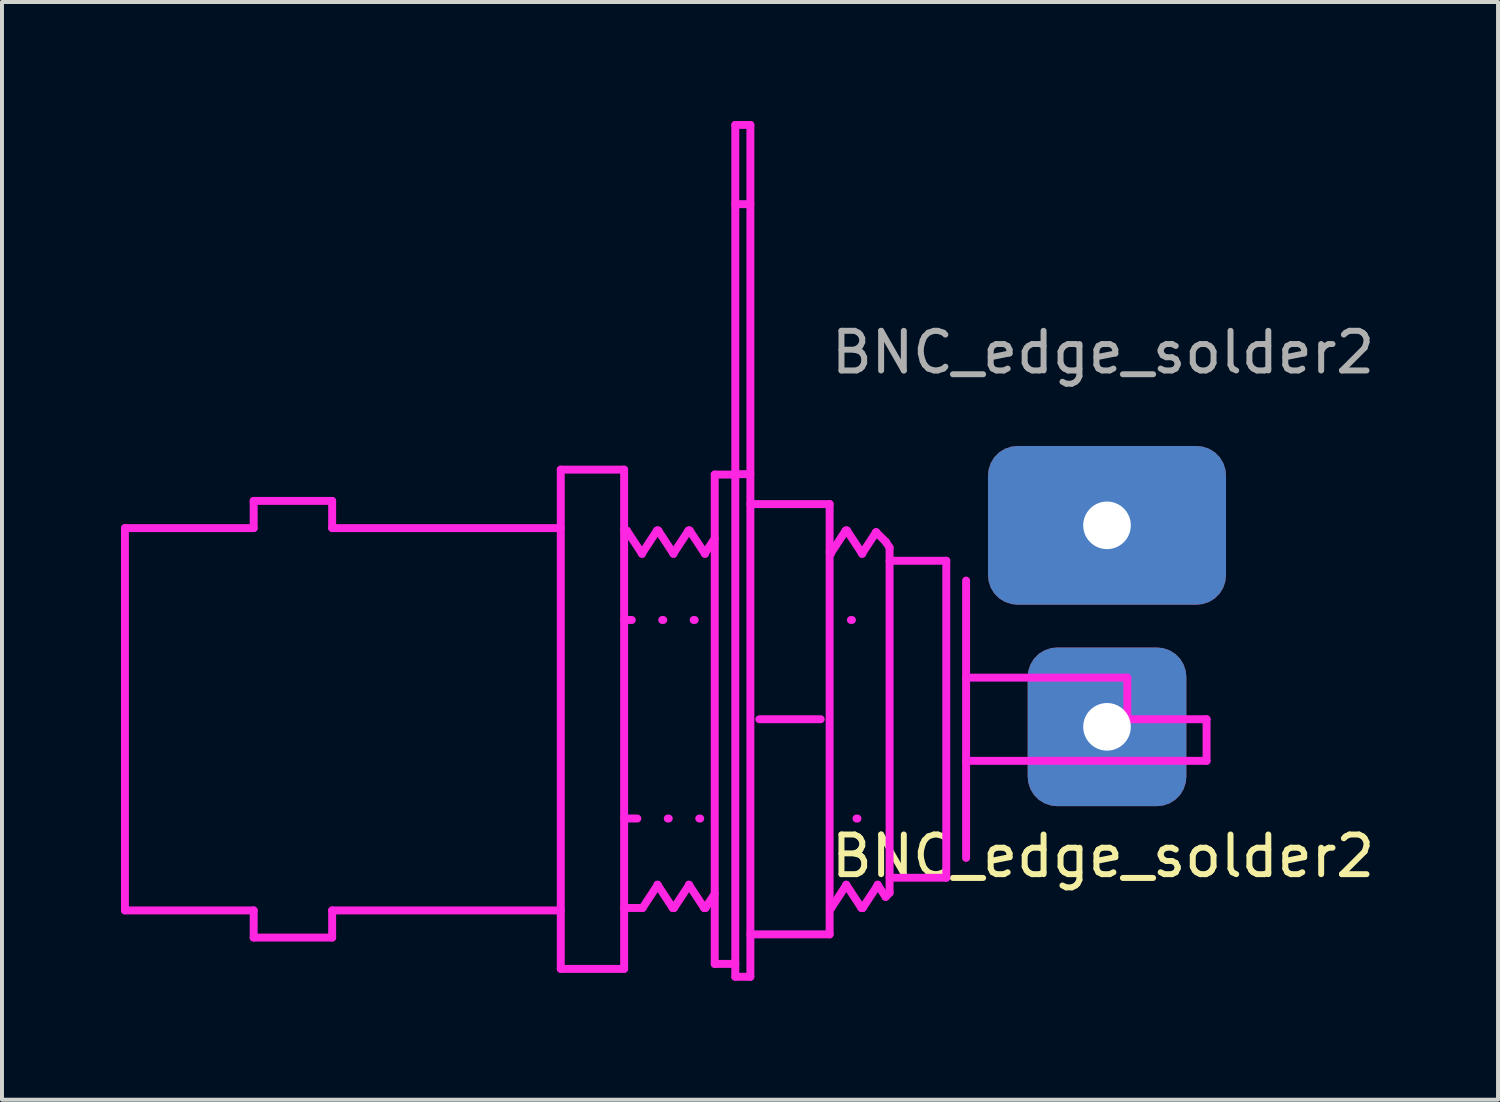
<source format=kicad_pcb>
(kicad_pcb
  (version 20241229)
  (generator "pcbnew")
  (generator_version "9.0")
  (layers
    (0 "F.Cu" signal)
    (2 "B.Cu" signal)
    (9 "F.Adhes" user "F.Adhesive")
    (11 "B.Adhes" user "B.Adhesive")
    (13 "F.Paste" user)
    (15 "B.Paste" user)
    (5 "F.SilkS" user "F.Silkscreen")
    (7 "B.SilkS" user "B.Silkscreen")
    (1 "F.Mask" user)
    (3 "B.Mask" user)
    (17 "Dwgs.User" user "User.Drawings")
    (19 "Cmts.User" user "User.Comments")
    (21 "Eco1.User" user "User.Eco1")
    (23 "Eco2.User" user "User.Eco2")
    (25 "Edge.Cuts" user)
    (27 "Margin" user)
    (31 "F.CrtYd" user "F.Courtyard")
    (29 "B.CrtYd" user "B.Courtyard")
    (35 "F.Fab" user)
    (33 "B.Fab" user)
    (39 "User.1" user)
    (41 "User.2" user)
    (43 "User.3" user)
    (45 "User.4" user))
  (footprint "BNC_edge_solder2"
    (layer "F.Cu")
    (at 24.862 15.276)
    (property "Reference" "BNC_edge_solder2" (at -0.1 3.26 0) (layer "F.SilkS") (effects (font (size 1 1) (thickness 0.15))))
    (attr smd)
    (fp_line (start -24.762 -5.011) (end -24.762 4.629) (stroke (width 0.2) (type solid)) (layer "F.CrtYd"))
    (fp_line (start -21.516 -5.696) (end -19.537 -5.696) (stroke (width 0.2) (type solid)) (layer "F.CrtYd"))
    (fp_line (start -21.516 -5.011) (end -24.762 -5.011) (stroke (width 0.2) (type solid)) (layer "F.CrtYd"))
    (fp_line (start -21.516 -5.011) (end -21.516 -5.696) (stroke (width 0.2) (type solid)) (layer "F.CrtYd"))
    (fp_line (start -21.516 4.629) (end -24.762 4.629) (stroke (width 0.2) (type solid)) (layer "F.CrtYd"))
    (fp_line (start -21.516 5.313) (end -21.516 4.629) (stroke (width 0.2) (type solid)) (layer "F.CrtYd"))
    (fp_line (start -21.516 5.313) (end -19.537 5.313) (stroke (width 0.2) (type solid)) (layer "F.CrtYd"))
    (fp_line (start -19.537 -5.011) (end -19.537 -5.696) (stroke (width 0.2) (type solid)) (layer "F.CrtYd"))
    (fp_line (start -19.537 5.313) (end -19.537 4.629) (stroke (width 0.2) (type solid)) (layer "F.CrtYd"))
    (fp_line (start -13.773 -5.011) (end -19.537 -5.011) (stroke (width 0.2) (type solid)) (layer "F.CrtYd"))
    (fp_line (start -13.773 4.629) (end -19.537 4.629) (stroke (width 0.2) (type solid)) (layer "F.CrtYd"))
    (fp_line (start -13.773 6.103) (end -13.773 -6.485) (stroke (width 0.2) (type solid)) (layer "F.CrtYd"))
    (fp_line (start -12.175 -6.485) (end -13.773 -6.485) (stroke (width 0.2) (type solid)) (layer "F.CrtYd"))
    (fp_line (start -12.175 6.103) (end -13.773 6.103) (stroke (width 0.2) (type solid)) (layer "F.CrtYd"))
    (fp_line (start -12.175 6.103) (end -12.175 -6.485) (stroke (width 0.2) (type solid)) (layer "F.CrtYd"))
    (fp_line (start -12.111 -4.949) (end -12.106 -4.945) (stroke (width 0.2) (type solid)) (layer "F.CrtYd"))
    (fp_line (start -12.111 -4.949) (end -12.175 -4.949) (stroke (width 0.2) (type solid)) (layer "F.CrtYd"))
    (fp_line (start -11.982 -2.694) (end -12.175 -2.694) (stroke (width 0.2) (type solid)) (layer "F.CrtYd"))
    (fp_line (start -11.842 2.312) (end -12.175 2.312) (stroke (width 0.2) (type solid)) (layer "F.CrtYd"))
    (fp_line (start -11.721 -4.361) (end -12.106 -4.945) (stroke (width 0.2) (type solid)) (layer "F.CrtYd"))
    (fp_line (start -11.714 4.567) (end -12.175 4.567) (stroke (width 0.2) (type solid)) (layer "F.CrtYd"))
    (fp_line (start -11.714 4.567) (end -11.709 4.563) (stroke (width 0.2) (type solid)) (layer "F.CrtYd"))
    (fp_line (start -11.709 4.563) (end -11.328 3.984) (stroke (width 0.2) (type solid)) (layer "F.CrtYd"))
    (fp_line (start -11.348 -4.945) (end -11.729 -4.366) (stroke (width 0.2) (type solid)) (layer "F.CrtYd"))
    (fp_line (start -11.343 -4.949) (end -11.348 -4.945) (stroke (width 0.2) (type solid)) (layer "F.CrtYd"))
    (fp_line (start -11.336 3.979) (end -10.952 4.563) (stroke (width 0.2) (type solid)) (layer "F.CrtYd"))
    (fp_line (start -11.318 -4.949) (end -11.343 -4.949) (stroke (width 0.2) (type solid)) (layer "F.CrtYd"))
    (fp_line (start -11.318 -4.949) (end -11.313 -4.945) (stroke (width 0.2) (type solid)) (layer "F.CrtYd"))
    (fp_line (start -11.189 -2.694) (end -11.215 -2.694) (stroke (width 0.2) (type solid)) (layer "F.CrtYd"))
    (fp_line (start -11.05 2.312) (end -11.075 2.312) (stroke (width 0.2) (type solid)) (layer "F.CrtYd"))
    (fp_line (start -10.947 4.567) (end -10.952 4.563) (stroke (width 0.2) (type solid)) (layer "F.CrtYd"))
    (fp_line (start -10.928 -4.361) (end -11.313 -4.945) (stroke (width 0.2) (type solid)) (layer "F.CrtYd"))
    (fp_line (start -10.921 4.567) (end -10.947 4.567) (stroke (width 0.2) (type solid)) (layer "F.CrtYd"))
    (fp_line (start -10.921 4.567) (end -10.916 4.563) (stroke (width 0.2) (type solid)) (layer "F.CrtYd"))
    (fp_line (start -10.916 4.563) (end -10.535 3.984) (stroke (width 0.2) (type solid)) (layer "F.CrtYd"))
    (fp_line (start -10.555 -4.945) (end -10.936 -4.366) (stroke (width 0.2) (type solid)) (layer "F.CrtYd"))
    (fp_line (start -10.55 -4.949) (end -10.555 -4.945) (stroke (width 0.2) (type solid)) (layer "F.CrtYd"))
    (fp_line (start -10.543 3.979) (end -10.159 4.563) (stroke (width 0.2) (type solid)) (layer "F.CrtYd"))
    (fp_line (start -10.525 -4.949) (end -10.55 -4.949) (stroke (width 0.2) (type solid)) (layer "F.CrtYd"))
    (fp_line (start -10.525 -4.949) (end -10.52 -4.945) (stroke (width 0.2) (type solid)) (layer "F.CrtYd"))
    (fp_line (start -10.396 -2.694) (end -10.422 -2.694) (stroke (width 0.2) (type solid)) (layer "F.CrtYd"))
    (fp_line (start -10.257 2.312) (end -10.282 2.312) (stroke (width 0.2) (type solid)) (layer "F.CrtYd"))
    (fp_line (start -10.154 4.567) (end -10.159 4.563) (stroke (width 0.2) (type solid)) (layer "F.CrtYd"))
    (fp_line (start -10.135 -4.361) (end -10.52 -4.945) (stroke (width 0.2) (type solid)) (layer "F.CrtYd"))
    (fp_line (start -10.128 4.567) (end -10.154 4.567) (stroke (width 0.2) (type solid)) (layer "F.CrtYd"))
    (fp_line (start -10.128 4.567) (end -10.123 4.563) (stroke (width 0.2) (type solid)) (layer "F.CrtYd"))
    (fp_line (start -10.123 4.563) (end -9.891 4.21) (stroke (width 0.2) (type solid)) (layer "F.CrtYd"))
    (fp_line (start -9.891 -4.749) (end -10.143 -4.366) (stroke (width 0.2) (type solid)) (layer "F.CrtYd"))
    (fp_line (start -9.891 -6.36) (end -9.372 -6.36) (stroke (width 0.2) (type solid)) (layer "F.CrtYd"))
    (fp_line (start -9.891 -6.36) (end -9.891 5.978) (stroke (width 0.2) (type solid)) (layer "F.CrtYd"))
    (fp_line (start -9.891 5.978) (end -9.372 5.978) (stroke (width 0.2) (type solid)) (layer "F.CrtYd"))
    (fp_line (start -9.372 -15.176) (end -9.372 6.302) (stroke (width 0.2) (type solid)) (layer "F.CrtYd"))
    (fp_line (start -8.992 -15.176) (end -9.372 -15.176) (stroke (width 0.2) (type solid)) (layer "F.CrtYd"))
    (fp_line (start -8.992 -15.176) (end -8.992 6.302) (stroke (width 0.2) (type solid)) (layer "F.CrtYd"))
    (fp_line (start -8.992 -13.178) (end -9.372 -13.178) (stroke (width 0.2) (type solid)) (layer "F.CrtYd"))
    (fp_line (start -8.992 -6.37) (end -9.372 -6.37) (stroke (width 0.2) (type solid)) (layer "F.CrtYd"))
    (fp_line (start -8.992 -5.616) (end -6.994 -5.616) (stroke (width 0.2) (type solid)) (layer "F.CrtYd"))
    (fp_line (start -8.992 5.233) (end -6.994 5.233) (stroke (width 0.2) (type solid)) (layer "F.CrtYd"))
    (fp_line (start -8.992 6.302) (end -9.372 6.302) (stroke (width 0.2) (type solid)) (layer "F.CrtYd"))
    (fp_line (start -8.767 -0.191) (end -7.219 -0.191) (stroke (width 0.2) (type solid)) (layer "F.CrtYd"))
    (fp_line (start -6.994 5.233) (end -6.994 -5.616) (stroke (width 0.2) (type solid)) (layer "F.CrtYd"))
    (fp_line (start -6.982 4.567) (end -6.987 4.563) (stroke (width 0.2) (type solid)) (layer "F.CrtYd"))
    (fp_line (start -6.963 -4.361) (end -6.994 -4.408) (stroke (width 0.2) (type solid)) (layer "F.CrtYd"))
    (fp_line (start -6.956 4.567) (end -6.982 4.567) (stroke (width 0.2) (type solid)) (layer "F.CrtYd"))
    (fp_line (start -6.956 4.567) (end -6.951 4.563) (stroke (width 0.2) (type solid)) (layer "F.CrtYd"))
    (fp_line (start -6.951 4.563) (end -6.57 3.984) (stroke (width 0.2) (type solid)) (layer "F.CrtYd"))
    (fp_line (start -6.59 -4.945) (end -6.971 -4.366) (stroke (width 0.2) (type solid)) (layer "F.CrtYd"))
    (fp_line (start -6.585 -4.949) (end -6.59 -4.945) (stroke (width 0.2) (type solid)) (layer "F.CrtYd"))
    (fp_line (start -6.578 3.979) (end -6.194 4.563) (stroke (width 0.2) (type solid)) (layer "F.CrtYd"))
    (fp_line (start -6.56 -4.949) (end -6.585 -4.949) (stroke (width 0.2) (type solid)) (layer "F.CrtYd"))
    (fp_line (start -6.56 -4.949) (end -6.555 -4.945) (stroke (width 0.2) (type solid)) (layer "F.CrtYd"))
    (fp_line (start -6.432 -2.694) (end -6.457 -2.694) (stroke (width 0.2) (type solid)) (layer "F.CrtYd"))
    (fp_line (start -6.292 2.312) (end -6.317 2.312) (stroke (width 0.2) (type solid)) (layer "F.CrtYd"))
    (fp_line (start -6.189 4.567) (end -6.194 4.563) (stroke (width 0.2) (type solid)) (layer "F.CrtYd"))
    (fp_line (start -6.17 -4.361) (end -6.555 -4.945) (stroke (width 0.2) (type solid)) (layer "F.CrtYd"))
    (fp_line (start -6.163 4.567) (end -6.189 4.567) (stroke (width 0.2) (type solid)) (layer "F.CrtYd"))
    (fp_line (start -6.163 4.567) (end -6.158 4.563) (stroke (width 0.2) (type solid)) (layer "F.CrtYd"))
    (fp_line (start -6.158 4.563) (end -5.777 3.984) (stroke (width 0.2) (type solid)) (layer "F.CrtYd"))
    (fp_line (start -5.823 -4.906) (end -6.178 -4.366) (stroke (width 0.2) (type solid)) (layer "F.CrtYd"))
    (fp_line (start -5.82 -4.907) (end -5.823 -4.906) (stroke (width 0.2) (type solid)) (layer "F.CrtYd"))
    (fp_line (start -5.785 3.979) (end -5.584 4.284) (stroke (width 0.2) (type solid)) (layer "F.CrtYd"))
    (fp_line (start -5.584 -4.671) (end -5.568 -4.651) (stroke (width 0.2) (type solid)) (layer "F.CrtYd"))
    (fp_line (start -5.584 -4.671) (end -5.82 -4.907) (stroke (width 0.2) (type solid)) (layer "F.CrtYd"))
    (fp_line (start -5.581 4.285) (end -5.584 4.284) (stroke (width 0.2) (type solid)) (layer "F.CrtYd"))
    (fp_line (start -5.482 -4.519) (end -5.568 -4.651) (stroke (width 0.2) (type solid)) (layer "F.CrtYd"))
    (fp_line (start -5.482 4.186) (end -5.581 4.285) (stroke (width 0.2) (type solid)) (layer "F.CrtYd"))
    (fp_line (start -5.482 4.186) (end -5.482 -4.519) (stroke (width 0.2) (type solid)) (layer "F.CrtYd"))
    (fp_line (start -4.053 -4.187) (end -5.482 -4.187) (stroke (width 0.2) (type solid)) (layer "F.CrtYd"))
    (fp_line (start -4.053 3.805) (end -5.482 3.805) (stroke (width 0.2) (type solid)) (layer "F.CrtYd"))
    (fp_line (start -4.053 3.805) (end -4.053 -4.187) (stroke (width 0.2) (type solid)) (layer "F.CrtYd"))
    (fp_line (start -3.553 3.305) (end -3.553 -3.688) (stroke (width 0.2) (type solid)) (layer "F.CrtYd"))
    (fp_line (start 0.512 -1.24) (end -3.553 -1.24) (stroke (width 0.2) (type solid)) (layer "F.CrtYd"))
    (fp_line (start 0.512 -0.191) (end 0.512 -1.24) (stroke (width 0.2) (type solid)) (layer "F.CrtYd"))
    (fp_line (start 2.51 -0.191) (end 0.512 -0.191) (stroke (width 0.2) (type solid)) (layer "F.CrtYd"))
    (fp_line (start 2.51 -0.191) (end 2.51 0.858) (stroke (width 0.2) (type solid)) (layer "F.CrtYd"))
    (fp_line (start 2.51 0.858) (end -3.553 0.858) (stroke (width 0.2) (type solid)) (layer "F.CrtYd"))
    (fp_text user "${REFERENCE}" (at -0.1 -9.44 0) (layer "F.Fab") (effects (font (size 1 1) (thickness 0.15))))
    (pad "1" thru_hole roundrect (at 0 0 90) (size 4 4) (drill 1.2) (layers "*.Cu" "*.Mask") (roundrect_rratio 0.185))
    (pad "2" thru_hole roundrect (at 0 -5.08 90) (size 4 6) (drill 1.2) (layers "*.Cu" "*.Mask") (roundrect_rratio 0.185)))
  (gr_rect
    (start -3 -3)
    (end 34.721 24.678)
    (stroke (width 0.1) (type default))
    (fill no)
    (layer "Edge.Cuts")))
</source>
